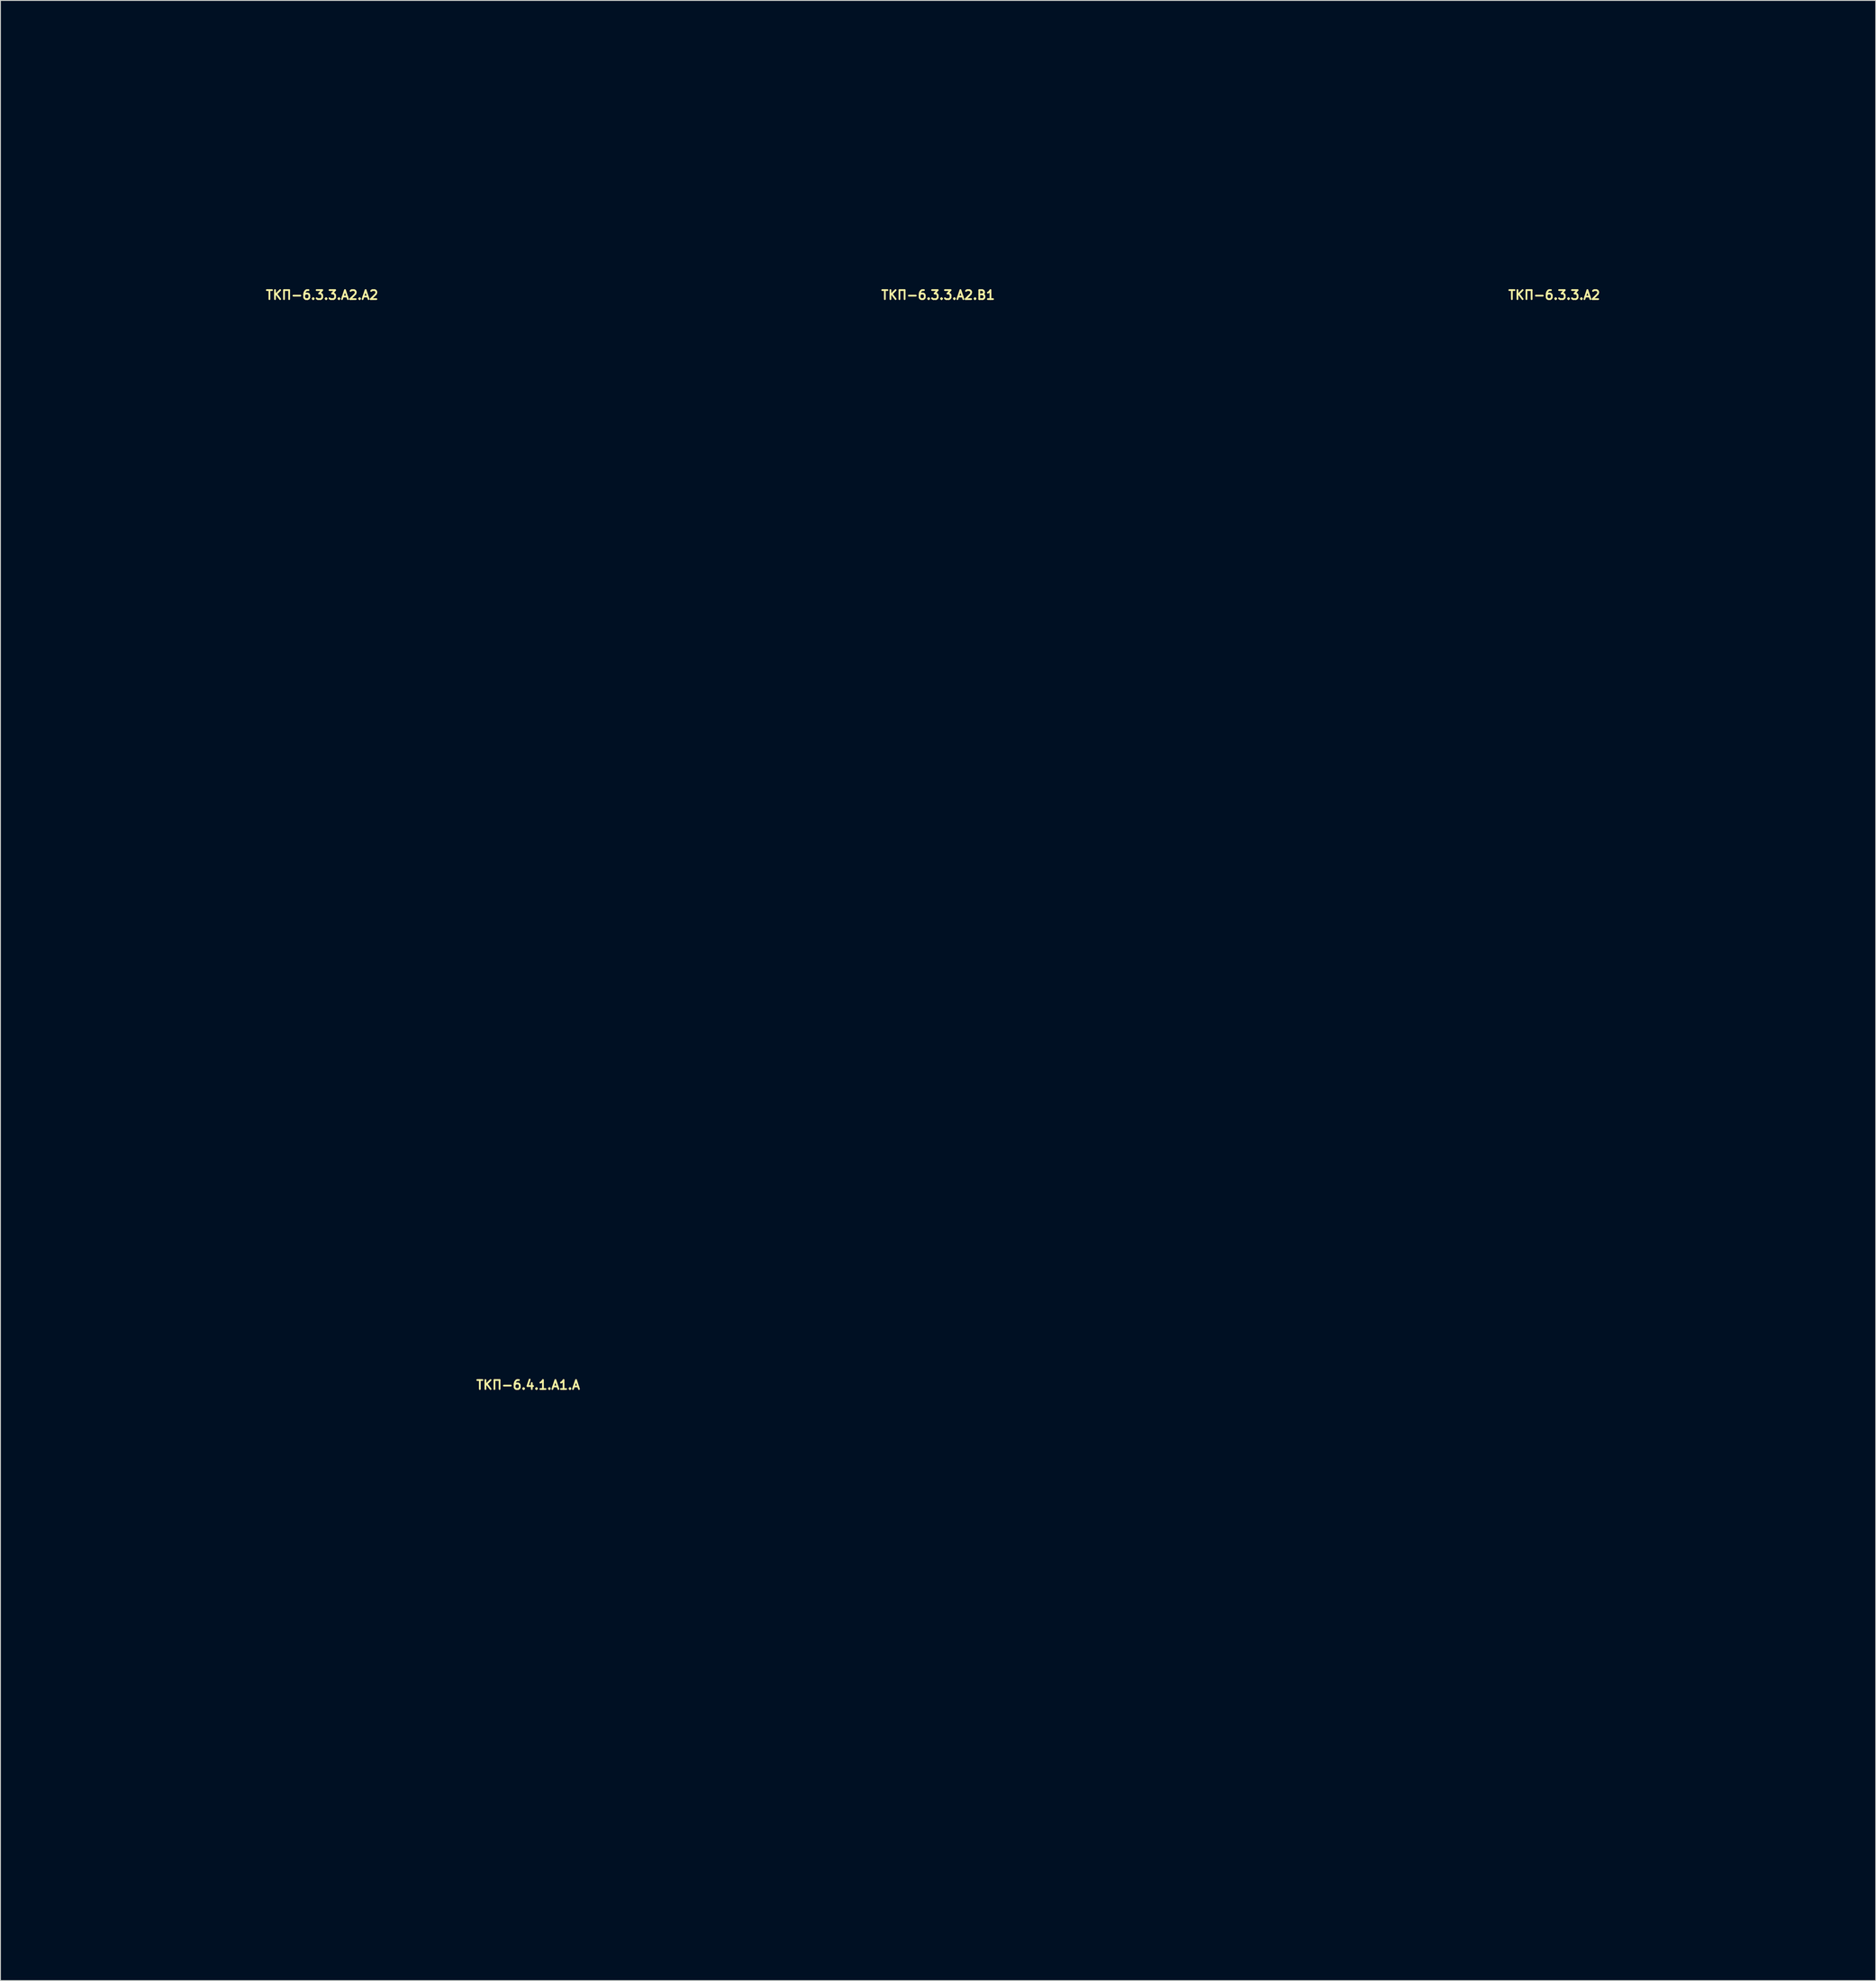
<source format=kicad_pcb>
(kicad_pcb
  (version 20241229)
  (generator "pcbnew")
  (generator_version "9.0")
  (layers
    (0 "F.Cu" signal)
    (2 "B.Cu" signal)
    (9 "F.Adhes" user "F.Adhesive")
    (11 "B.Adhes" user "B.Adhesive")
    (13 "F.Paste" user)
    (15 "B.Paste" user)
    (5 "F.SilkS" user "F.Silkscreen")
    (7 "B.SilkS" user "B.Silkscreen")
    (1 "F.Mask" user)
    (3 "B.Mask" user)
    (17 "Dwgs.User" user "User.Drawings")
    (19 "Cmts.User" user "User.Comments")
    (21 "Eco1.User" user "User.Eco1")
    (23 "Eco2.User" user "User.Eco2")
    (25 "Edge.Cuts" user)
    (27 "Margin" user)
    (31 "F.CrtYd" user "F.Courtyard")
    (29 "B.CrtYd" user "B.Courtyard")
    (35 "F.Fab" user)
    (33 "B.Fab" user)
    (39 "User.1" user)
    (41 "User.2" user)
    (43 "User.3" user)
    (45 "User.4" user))
  (footprint "ТКП-6.3.3.A2"
    (layer "F.Cu")
    (at 169.35 88.48)
    (property "Reference" "ТКП-6.3.3.A2" (at 0 -58.801 0) (layer "F.SilkS") (effects (font (size 1 1) (thickness 0.2))))
    (attr through_hole)
    (fp_line (start -32.47 -86.28) (end -32.47 -57.98) (stroke (width 0.4) (type solid)) (layer "Eco1.User"))
    (fp_line (start -32.47 -57.98) (end -32.47 57.98) (stroke (width 0.4) (type solid)) (layer "Eco1.User"))
    (fp_line (start -32.47 -57.98) (end 32.47 -57.98) (stroke (width 0.4) (type solid)) (layer "Eco1.User"))
    (fp_line (start -32.47 57.98) (end 32.47 57.98) (stroke (width 0.4) (type solid)) (layer "Eco1.User"))
    (fp_line (start -30.47 -88.28) (end 30.47 -88.28) (stroke (width 0.4) (type solid)) (layer "Eco1.User"))
    (fp_line (start 32.47 -86.28) (end 32.47 -57.98) (stroke (width 0.4) (type solid)) (layer "Eco1.User"))
    (fp_line (start 32.47 -57.98) (end 32.47 57.98) (stroke (width 0.4) (type solid)) (layer "Eco1.User"))
    (fp_arc (start -32.47 -86.28) (mid -31.884214 -87.694214) (end -30.47 -88.28) (stroke (width 0.4) (type solid)) (layer "Eco1.User"))
    (fp_arc (start 30.47 -88.28) (mid 31.884214 -87.694214) (end 32.47 -86.28) (stroke (width 0.4) (type solid)) (layer "Eco1.User"))
    (fp_circle (center -25.97 -72.48) (end -23.97 -72.48) (stroke (width 0.4) (type solid)) (fill no) (layer "Eco1.User"))
    (fp_circle (center 0 -72.48) (end 5.5 -72.48) (stroke (width 0.4) (type solid)) (fill no) (layer "Eco1.User"))
    (fp_circle (center 25.97 -72.48) (end 27.97 -72.48) (stroke (width 0.4) (type solid)) (fill no) (layer "Eco1.User")))
  (footprint "ТКП-6.3.3.A2.B1"
    (layer "F.Cu")
    (at 101.01 88.48)
    (property "Reference" "ТКП-6.3.3.A2.B1" (at 0 -58.801 0) (layer "F.SilkS") (effects (font (size 1 1) (thickness 0.2))))
    (attr through_hole)
    (fp_line (start -32.47 -86.28) (end -32.47 -57.98) (stroke (width 0.4) (type solid)) (layer "Eco1.User"))
    (fp_line (start -32.47 -57.98) (end -32.47 57.98) (stroke (width 0.4) (type solid)) (layer "Eco1.User"))
    (fp_line (start -32.47 -57.98) (end 32.47 -57.98) (stroke (width 0.4) (type solid)) (layer "Eco1.User"))
    (fp_line (start -32.47 57.98) (end 32.47 57.98) (stroke (width 0.4) (type solid)) (layer "Eco1.User"))
    (fp_line (start -30.47 -88.28) (end 30.47 -88.28) (stroke (width 0.4) (type solid)) (layer "Eco1.User"))
    (fp_line (start 32.47 -86.28) (end 32.47 -57.98) (stroke (width 0.4) (type solid)) (layer "Eco1.User"))
    (fp_line (start 32.47 -57.98) (end 32.47 57.98) (stroke (width 0.4) (type solid)) (layer "Eco1.User"))
    (fp_arc (start -32.47 -86.28) (mid -31.884214 -87.694214) (end -30.47 -88.28) (stroke (width 0.4) (type solid)) (layer "Eco1.User"))
    (fp_arc (start 30.47 -88.28) (mid 31.884214 -87.694214) (end 32.47 -86.28) (stroke (width 0.4) (type solid)) (layer "Eco1.User"))
    (fp_circle (center -25.97 -72.48) (end -23.97 -72.48) (stroke (width 0.4) (type solid)) (fill no) (layer "Eco1.User"))
    (fp_circle (center -19.05 -40.44) (end -15.45 -40.44) (stroke (width 0.4) (type solid)) (fill no) (layer "Eco1.User"))
    (fp_circle (center -19.05 -12.5) (end -15.45 -12.5) (stroke (width 0.4) (type solid)) (fill no) (layer "Eco1.User"))
    (fp_circle (center -19.05 44.45) (end -16.4 44.45) (stroke (width 0.4) (type solid)) (fill no) (layer "Eco1.User"))
    (fp_circle (center -8.89 -50.8) (end -7.39 -50.8) (stroke (width 0.4) (type solid)) (fill no) (layer "Eco1.User"))
    (fp_circle (center 0 -72.48) (end 5.5 -72.48) (stroke (width 0.4) (type solid)) (fill no) (layer "Eco1.User"))
    (fp_circle (center 0 -26.47) (end 3.6 -26.47) (stroke (width 0.4) (type solid)) (fill no) (layer "Eco1.User"))
    (fp_circle (center 0 1.47) (end 3.6 1.47) (stroke (width 0.4) (type solid)) (fill no) (layer "Eco1.User"))
    (fp_circle (center 0 44.45) (end 6 44.45) (stroke (width 0.4) (type solid)) (fill no) (layer "Eco1.User"))
    (fp_circle (center 8.89 -50.8) (end 10.39 -50.8) (stroke (width 0.4) (type solid)) (fill no) (layer "Eco1.User"))
    (fp_circle (center 19.05 -40.44) (end 22.65 -40.44) (stroke (width 0.4) (type solid)) (fill no) (layer "Eco1.User"))
    (fp_circle (center 19.05 -12.5) (end 22.65 -12.5) (stroke (width 0.4) (type solid)) (fill no) (layer "Eco1.User"))
    (fp_circle (center 25.97 -72.48) (end 27.97 -72.48) (stroke (width 0.4) (type solid)) (fill no) (layer "Eco1.User")))
  (footprint "ТКП-6.3.3.A2.A2"
    (layer "F.Cu")
    (at 32.67 88.48)
    (property "Reference" "ТКП-6.3.3.A2.A2" (at 0 -58.801 0) (layer "F.SilkS") (effects (font (size 1 1) (thickness 0.2))))
    (attr through_hole)
    (fp_line (start -32.47 -86.28) (end -32.47 -57.98) (stroke (width 0.4) (type solid)) (layer "Eco1.User"))
    (fp_line (start -32.47 -57.98) (end -32.47 57.98) (stroke (width 0.4) (type solid)) (layer "Eco1.User"))
    (fp_line (start -32.47 -57.98) (end 32.47 -57.98) (stroke (width 0.4) (type solid)) (layer "Eco1.User"))
    (fp_line (start -32.47 57.98) (end 32.47 57.98) (stroke (width 0.4) (type solid)) (layer "Eco1.User"))
    (fp_line (start -30.47 -88.28) (end 30.47 -88.28) (stroke (width 0.4) (type solid)) (layer "Eco1.User"))
    (fp_line (start 32.47 -86.28) (end 32.47 -57.98) (stroke (width 0.4) (type solid)) (layer "Eco1.User"))
    (fp_line (start 32.47 -57.98) (end 32.47 57.98) (stroke (width 0.4) (type solid)) (layer "Eco1.User"))
    (fp_arc (start -32.47 -86.28) (mid -31.884214 -87.694214) (end -30.47 -88.28) (stroke (width 0.4) (type solid)) (layer "Eco1.User"))
    (fp_arc (start 30.47 -88.28) (mid 31.884214 -87.694214) (end 32.47 -86.28) (stroke (width 0.4) (type solid)) (layer "Eco1.User"))
    (fp_circle (center -25.97 -72.48) (end -23.97 -72.48) (stroke (width 0.4) (type solid)) (fill no) (layer "Eco1.User"))
    (fp_circle (center -19.05 -40.44) (end -15.45 -40.44) (stroke (width 0.4) (type solid)) (fill no) (layer "Eco1.User"))
    (fp_circle (center -8.89 -50.8) (end -7.39 -50.8) (stroke (width 0.4) (type solid)) (fill no) (layer "Eco1.User"))
    (fp_circle (center 0 -72.48) (end 5.5 -72.48) (stroke (width 0.4) (type solid)) (fill no) (layer "Eco1.User"))
    (fp_circle (center 0 -26.47) (end 3.6 -26.47) (stroke (width 0.4) (type solid)) (fill no) (layer "Eco1.User"))
    (fp_circle (center 0 -7.62) (end 2.6 -7.62) (stroke (width 0.4) (type solid)) (fill no) (layer "Eco1.User"))
    (fp_circle (center 0 19.05) (end 6 19.05) (stroke (width 0.4) (type solid)) (fill no) (layer "Eco1.User"))
    (fp_circle (center 8.89 -50.8) (end 10.39 -50.8) (stroke (width 0.4) (type solid)) (fill no) (layer "Eco1.User"))
    (fp_circle (center 19.05 -40.44) (end 22.65 -40.44) (stroke (width 0.4) (type solid)) (fill no) (layer "Eco1.User"))
    (fp_circle (center 25.97 -72.48) (end 27.97 -72.48) (stroke (width 0.4) (type solid)) (fill no) (layer "Eco1.User")))
  (footprint "ТКП-6.4.1.A1.A"
    (layer "F.Cu")
    (at 55.535 182.473)
    (property "Reference" "ТКП-6.4.1.A1.A" (at 0 -31.877 0) (layer "F.SilkS") (effects (font (size 1 1) (thickness 0.2))))
    (attr through_hole)
    (fp_line (start -55.335 -31) (end -55.335 31) (stroke (width 0.4) (type solid)) (layer "Eco2.User"))
    (fp_line (start -55.335 -31) (end -45.035 -31) (stroke (width 0.4) (type solid)) (layer "Eco2.User"))
    (fp_line (start -55.335 -30) (end -45.035 -30) (stroke (width 0.4) (type solid)) (layer "Eco2.User"))
    (fp_line (start -55.335 30) (end -45.035 30) (stroke (width 0.4) (type solid)) (layer "Eco2.User"))
    (fp_line (start -55.335 31) (end -45.035 31) (stroke (width 0.4) (type solid)) (layer "Eco2.User"))
    (fp_line (start -52.985 -30) (end -52.985 -28.5) (stroke (width 0.4) (type solid)) (layer "Eco2.User"))
    (fp_line (start -52.985 -28.5) (end -46.685 -28.5) (stroke (width 0.4) (type solid)) (layer "Eco2.User"))
    (fp_line (start -52.985 30) (end -52.985 28.5) (stroke (width 0.4) (type solid)) (layer "Eco2.User"))
    (fp_line (start -46.685 -30) (end -46.685 -28.5) (stroke (width 0.4) (type solid)) (layer "Eco2.User"))
    (fp_line (start -46.685 28.5) (end -52.985 28.5) (stroke (width 0.4) (type solid)) (layer "Eco2.User"))
    (fp_line (start -46.685 30) (end -46.685 28.5) (stroke (width 0.4) (type solid)) (layer "Eco2.User"))
    (fp_line (start -45.035 -31) (end -45.035 -28.375) (stroke (width 0.4) (type solid)) (layer "Eco2.User"))
    (fp_line (start -45.035 28.375) (end -45.035 31) (stroke (width 0.4) (type solid)) (layer "Eco2.User"))
    (fp_line (start -44.285 -31) (end -44.285 -28.375) (stroke (width 0.4) (type solid)) (layer "Eco2.User"))
    (fp_line (start -44.285 -31) (end 44.285 -31) (stroke (width 0.4) (type solid)) (layer "Eco2.User"))
    (fp_line (start -44.285 28.375) (end -44.285 31) (stroke (width 0.4) (type solid)) (layer "Eco2.User"))
    (fp_line (start -44.285 31) (end 44.285 31) (stroke (width 0.4) (type solid)) (layer "Eco2.User"))
    (fp_line (start 44.285 -31) (end 44.285 -28.375) (stroke (width 0.4) (type solid)) (layer "Eco2.User"))
    (fp_line (start 44.285 28.375) (end 44.285 31) (stroke (width 0.4) (type solid)) (layer "Eco2.User"))
    (fp_line (start 45.035 -31) (end 45.035 -28.375) (stroke (width 0.4) (type solid)) (layer "Eco2.User"))
    (fp_line (start 45.035 -31) (end 55.335 -31) (stroke (width 0.4) (type solid)) (layer "Eco2.User"))
    (fp_line (start 45.035 -30) (end 55.335 -30) (stroke (width 0.4) (type solid)) (layer "Eco2.User"))
    (fp_line (start 45.035 28.375) (end 45.035 31) (stroke (width 0.4) (type solid)) (layer "Eco2.User"))
    (fp_line (start 45.035 30) (end 55.335 30) (stroke (width 0.4) (type solid)) (layer "Eco2.User"))
    (fp_line (start 45.035 31) (end 55.335 31) (stroke (width 0.4) (type solid)) (layer "Eco2.User"))
    (fp_line (start 46.685 -30) (end 46.685 -28.5) (stroke (width 0.4) (type solid)) (layer "Eco2.User"))
    (fp_line (start 46.685 -28.5) (end 52.985 -28.5) (stroke (width 0.4) (type solid)) (layer "Eco2.User"))
    (fp_line (start 46.685 30) (end 46.685 28.5) (stroke (width 0.4) (type solid)) (layer "Eco2.User"))
    (fp_line (start 52.985 -30) (end 52.985 -28.5) (stroke (width 0.4) (type solid)) (layer "Eco2.User"))
    (fp_line (start 52.985 28.5) (end 46.685 28.5) (stroke (width 0.4) (type solid)) (layer "Eco2.User"))
    (fp_line (start 52.985 30) (end 52.985 28.5) (stroke (width 0.4) (type solid)) (layer "Eco2.User"))
    (fp_line (start 55.335 -31) (end 55.335 31) (stroke (width 0.4) (type solid)) (layer "Eco2.User"))
    (fp_arc (start -45.035 28.375) (mid -44.66 28) (end -44.285 28.375) (stroke (width 0.4) (type solid)) (layer "Eco2.User"))
    (fp_arc (start -44.285 -28.375) (mid -44.66 -28) (end -45.035 -28.375) (stroke (width 0.4) (type solid)) (layer "Eco2.User"))
    (fp_arc (start 44.285 28.375) (mid 44.66 28) (end 45.035 28.375) (stroke (width 0.4) (type solid)) (layer "Eco2.User"))
    (fp_arc (start 45.035 -28.375) (mid 44.66 -28) (end 44.285 -28.375) (stroke (width 0.4) (type solid)) (layer "Eco2.User")))
  (gr_rect
    (start -3 -3)
    (end 205.02 216.673)
    (stroke (width 0.1) (type default))
    (fill no)
    (layer "Edge.Cuts")))
</source>
